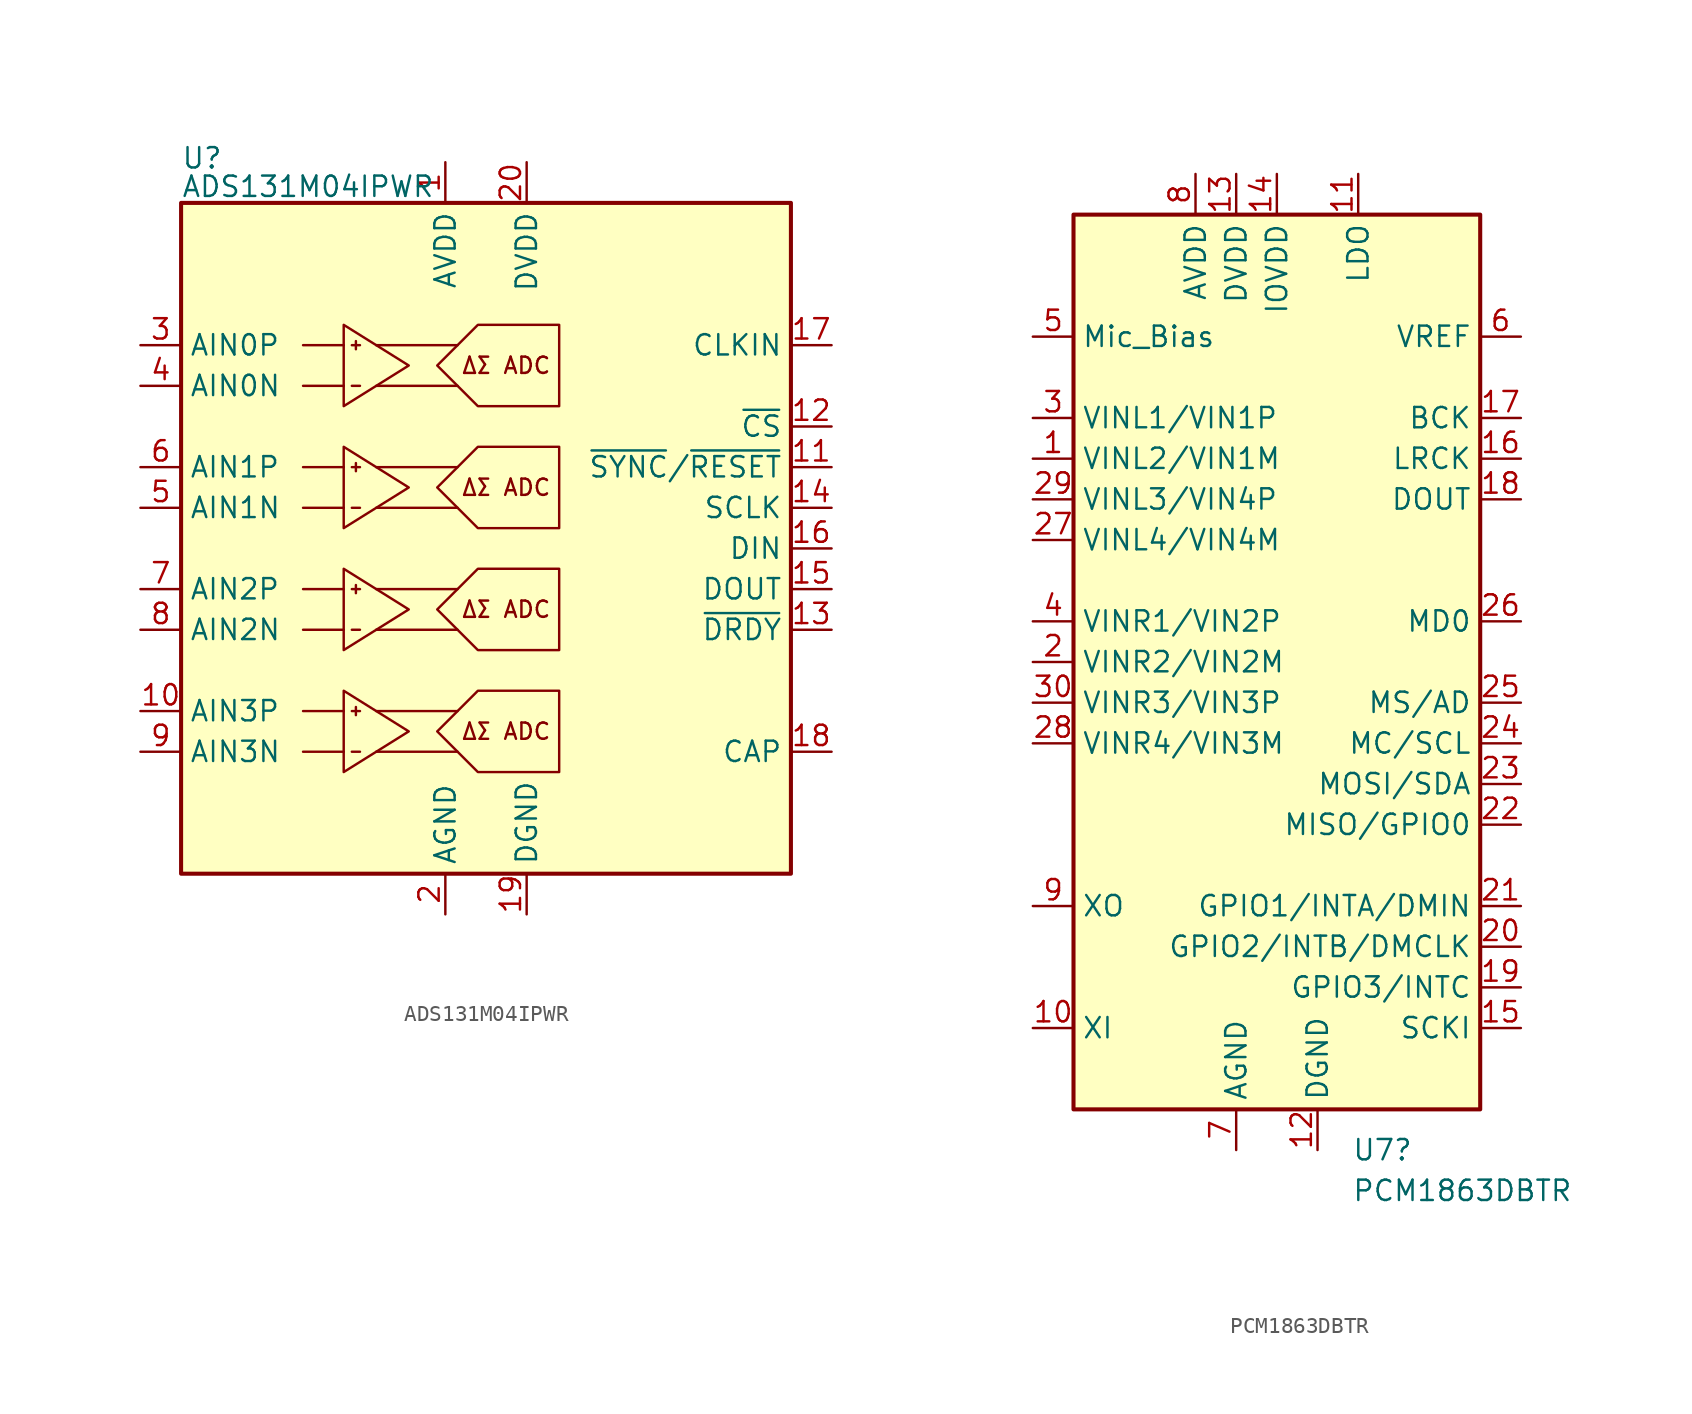
<source format=kicad_sym>
(kicad_symbol_lib
  (version 20241209)
  (generator "kicad_symbol_editor")
  (generator_version "9.0")
  (symbol "ADS131M04IPWR"
    (property "Reference" "U"
      (at -12.7 24.384 0)
      (effects (font (size 1.27 1.27)) (justify left)))
    (property "Value" "ADS131M04IPWR"
      (at -12.7 22.606 0)
      (effects (font (size 1.27 1.27)) (justify left)))
    (symbol "ADS131M04IPWR_0_1"
      (polyline (pts (xy -2.54 13.97) (xy -2.54 8.89) (xy 1.524 11.43) (xy -2.54 13.97)) (stroke (width 0) (type default)) (fill (type none)))
      (polyline (pts (xy -2.54 12.7) (xy -5.08 12.7)) (stroke (width 0) (type default)) (fill (type none)))
      (polyline (pts (xy -2.54 10.16) (xy -5.08 10.16)) (stroke (width 0) (type default)) (fill (type none)))
      (polyline (pts (xy -2.54 6.35) (xy -2.54 1.27) (xy 1.524 3.81) (xy -2.54 6.35)) (stroke (width 0) (type default)) (fill (type none)))
      (polyline (pts (xy -2.54 5.08) (xy -5.08 5.08)) (stroke (width 0) (type default)) (fill (type none)))
      (polyline (pts (xy -2.54 2.54) (xy -5.08 2.54)) (stroke (width 0) (type default)) (fill (type none)))
      (polyline (pts (xy -2.54 -1.27) (xy -2.54 -6.35) (xy 1.524 -3.81) (xy -2.54 -1.27)) (stroke (width 0) (type default)) (fill (type none)))
      (polyline (pts (xy -2.54 -2.54) (xy -5.08 -2.54)) (stroke (width 0) (type default)) (fill (type none)))
      (polyline (pts (xy -2.54 -5.08) (xy -5.08 -5.08)) (stroke (width 0) (type default)) (fill (type none)))
      (polyline (pts (xy -2.54 -8.89) (xy -2.54 -13.97) (xy 1.524 -11.43) (xy -2.54 -8.89)) (stroke (width 0) (type default)) (fill (type none)))
      (polyline (pts (xy -2.54 -10.16) (xy -5.08 -10.16)) (stroke (width 0) (type default)) (fill (type none)))
      (polyline (pts (xy -2.54 -12.7) (xy -5.08 -12.7)) (stroke (width 0) (type default)) (fill (type none)))
      (polyline (pts (xy -2.032 12.7) (xy -1.524 12.7)) (stroke (width 0) (type default)) (fill (type none)))
      (polyline (pts (xy -2.032 10.16) (xy -1.524 10.16)) (stroke (width 0) (type default)) (fill (type none)))
      (polyline (pts (xy -2.032 5.08) (xy -1.524 5.08)) (stroke (width 0) (type default)) (fill (type none)))
      (polyline (pts (xy -2.032 2.54) (xy -1.524 2.54)) (stroke (width 0) (type default)) (fill (type none)))
      (polyline (pts (xy -2.032 -2.54) (xy -1.524 -2.54)) (stroke (width 0) (type default)) (fill (type none)))
      (polyline (pts (xy -2.032 -5.08) (xy -1.524 -5.08)) (stroke (width 0) (type default)) (fill (type none)))
      (polyline (pts (xy -2.032 -10.16) (xy -1.524 -10.16)) (stroke (width 0) (type default)) (fill (type none)))
      (polyline (pts (xy -2.032 -12.7) (xy -1.524 -12.7)) (stroke (width 0) (type default)) (fill (type none)))
      (polyline (pts (xy -1.778 12.954) (xy -1.778 12.446)) (stroke (width 0) (type default)) (fill (type none)))
      (polyline (pts (xy -1.778 5.334) (xy -1.778 4.826)) (stroke (width 0) (type default)) (fill (type none)))
      (polyline (pts (xy -1.778 -2.286) (xy -1.778 -2.794)) (stroke (width 0) (type default)) (fill (type none)))
      (polyline (pts (xy -1.778 -9.906) (xy -1.778 -10.414)) (stroke (width 0) (type default)) (fill (type none)))
      (polyline (pts (xy -0.508 12.7) (xy 4.572 12.7)) (stroke (width 0) (type default)) (fill (type none)))
      (polyline (pts (xy -0.508 10.16) (xy 4.572 10.16)) (stroke (width 0) (type default)) (fill (type none)))
      (polyline (pts (xy -0.508 5.08) (xy 4.572 5.08)) (stroke (width 0) (type default)) (fill (type none)))
      (polyline (pts (xy -0.508 2.54) (xy 4.572 2.54)) (stroke (width 0) (type default)) (fill (type none)))
      (polyline (pts (xy -0.508 -2.54) (xy 4.572 -2.54)) (stroke (width 0) (type default)) (fill (type none)))
      (polyline (pts (xy -0.508 -5.08) (xy 4.572 -5.08)) (stroke (width 0) (type default)) (fill (type none)))
      (polyline (pts (xy -0.508 -10.16) (xy 4.572 -10.16)) (stroke (width 0) (type default)) (fill (type none)))
      (polyline (pts (xy -0.508 -12.7) (xy 4.572 -12.7)) (stroke (width 0) (type default)) (fill (type none)))
      (polyline (pts (xy 3.302 11.43) (xy 5.842 13.97) (xy 10.922 13.97) (xy 10.922 8.89) (xy 5.842 8.89) (xy 3.302 11.43)) (stroke (width 0) (type default)) (fill (type none)))
      (polyline (pts (xy 3.302 3.81) (xy 5.842 6.35) (xy 10.922 6.35) (xy 10.922 1.27) (xy 5.842 1.27) (xy 3.302 3.81)) (stroke (width 0) (type default)) (fill (type none)))
      (polyline (pts (xy 3.302 -3.81) (xy 5.842 -1.27) (xy 10.922 -1.27) (xy 10.922 -6.35) (xy 5.842 -6.35) (xy 3.302 -3.81)) (stroke (width 0) (type default)) (fill (type none)))
      (polyline (pts (xy 3.302 -11.43) (xy 5.842 -8.89) (xy 10.922 -8.89) (xy 10.922 -13.97) (xy 5.842 -13.97) (xy 3.302 -11.43)) (stroke (width 0) (type default)) (fill (type none))))
    (symbol "ADS131M04IPWR_1_0"
      (pin input line (at -15.24 2.54 0) (length 2.54) (name "AIN1N" (effects (font (size 1.27 1.27)))) (number "5" (effects (font (size 1.27 1.27)))))
      (pin power_in line (at 8.89 24.13 270) (length 2.54) (name "DVDD" (effects (font (size 1.27 1.27)))) (number "20" (effects (font (size 1.27 1.27)))))
      (pin power_in line (at 8.89 -22.86 90) (length 2.54) (name "DGND" (effects (font (size 1.27 1.27)))) (number "19" (effects (font (size 1.27 1.27)))))
      (pin input line (at 27.94 12.7 180) (length 2.54) (name "CLKIN" (effects (font (size 1.27 1.27)))) (number "17" (effects (font (size 1.27 1.27)))))
      (pin input line (at 27.94 0 180) (length 2.54) (name "DIN" (effects (font (size 1.27 1.27)))) (number "16" (effects (font (size 1.27 1.27)))))
      (pin output line (at 27.94 -2.54 180) (length 2.54) (name "DOUT" (effects (font (size 1.27 1.27)))) (number "15" (effects (font (size 1.27 1.27)))))
      (pin passive line (at 27.94 -12.7 180) (length 2.54) (name "CAP" (effects (font (size 1.27 1.27)))) (number "18" (effects (font (size 1.27 1.27))))))
    (symbol "ADS131M04IPWR_1_1"
      (rectangle (start -12.7 21.59) (end 25.4 -20.32) (stroke (width 0.254) (type default)) (fill (type background)))
      (text "ΔΣ ADC" (at 7.62 11.43 0) (effects (font (size 1.016 1.016))))
      (text "ΔΣ ADC" (at 7.62 3.81 0) (effects (font (size 1.016 1.016))))
      (text "ΔΣ ADC" (at 7.62 -3.81 0) (effects (font (size 1.016 1.016))))
      (text "ΔΣ ADC" (at 7.62 -11.43 0) (effects (font (size 1.016 1.016))))
      (pin input line (at -15.24 12.7 0) (length 2.54) (name "AIN0P" (effects (font (size 1.27 1.27)))) (number "3" (effects (font (size 1.27 1.27)))))
      (pin input line (at -15.24 10.16 0) (length 2.54) (name "AIN0N" (effects (font (size 1.27 1.27)))) (number "4" (effects (font (size 1.27 1.27)))))
      (pin input line (at -15.24 5.08 0) (length 2.54) (name "AIN1P" (effects (font (size 1.27 1.27)))) (number "6" (effects (font (size 1.27 1.27)))))
      (pin input line (at -15.24 -2.54 0) (length 2.54) (name "AIN2P" (effects (font (size 1.27 1.27)))) (number "7" (effects (font (size 1.27 1.27)))))
      (pin input line (at -15.24 -5.08 0) (length 2.54) (name "AIN2N" (effects (font (size 1.27 1.27)))) (number "8" (effects (font (size 1.27 1.27)))))
      (pin input line (at -15.24 -10.16 0) (length 2.54) (name "AIN3P" (effects (font (size 1.27 1.27)))) (number "10" (effects (font (size 1.27 1.27)))))
      (pin input line (at -15.24 -12.7 0) (length 2.54) (name "AIN3N" (effects (font (size 1.27 1.27)))) (number "9" (effects (font (size 1.27 1.27)))))
      (pin power_in line (at 3.81 24.13 270) (length 2.54) (name "AVDD" (effects (font (size 1.27 1.27)))) (number "1" (effects (font (size 1.27 1.27)))))
      (pin power_in line (at 3.81 -22.86 90) (length 2.54) (name "AGND" (effects (font (size 1.27 1.27)))) (number "2" (effects (font (size 1.27 1.27)))))
      (pin input line (at 27.94 7.62 180) (length 2.54) (name "~{CS}" (effects (font (size 1.27 1.27)))) (number "12" (effects (font (size 1.27 1.27)))))
      (pin input line (at 27.94 5.08 180) (length 2.54) (name "~{SYNC}/~{RESET}" (effects (font (size 1.27 1.27)))) (number "11" (effects (font (size 1.27 1.27)))))
      (pin input line (at 27.94 2.54 180) (length 2.54) (name "SCLK" (effects (font (size 1.27 1.27)))) (number "14" (effects (font (size 1.27 1.27)))))
      (pin open_collector line (at 27.94 -5.08 180) (length 2.54) (name "~{DRDY}" (effects (font (size 1.27 1.27)))) (number "13" (effects (font (size 1.27 1.27)))))))
  (symbol "PCM1863DBTR"
    (property "Reference" "U7"
      (at 4.683 -30.48 0)
      (effects (font (size 1.27 1.27)) (justify left)))
    (property "Value" "PCM1863DBTR"
      (at 4.683 -33.02 0)
      (effects (font (size 1.27 1.27)) (justify left)))
    (symbol "PCM1863DBTR_0_0"
      (pin input line (at -15.24 10.16 0) (length 2.54) (name "VINL3/VIN4P" (effects (font (size 1.27 1.27)))) (number "29" (effects (font (size 1.27 1.27)))))
      (pin input line (at -15.24 7.62 0) (length 2.54) (name "VINL4/VIN4M" (effects (font (size 1.27 1.27)))) (number "27" (effects (font (size 1.27 1.27)))))
      (pin input line (at -15.24 -2.54 0) (length 2.54) (name "VINR3/VIN3P" (effects (font (size 1.27 1.27)))) (number "30" (effects (font (size 1.27 1.27)))))
      (pin input line (at -15.24 -5.08 0) (length 2.54) (name "VINR4/VIN3M" (effects (font (size 1.27 1.27)))) (number "28" (effects (font (size 1.27 1.27)))))
      (pin input line (at 15.24 2.54 180) (length 2.54) (name "MD0" (effects (font (size 1.27 1.27)))) (number "26" (effects (font (size 1.27 1.27)))))
      (pin input line (at 15.24 -2.54 180) (length 2.54) (name "MS/AD" (effects (font (size 1.27 1.27)))) (number "25" (effects (font (size 1.27 1.27))))))
    (symbol "PCM1863DBTR_0_1"
      (rectangle (start -12.7 27.94) (end 12.7 -27.94) (stroke (width 0.254) (type default)) (fill (type background))))
    (symbol "PCM1863DBTR_1_1"
      (pin power_out line (at -15.24 20.32 0) (length 2.54) (name "Mic_Bias" (effects (font (size 1.27 1.27)))) (number "5" (effects (font (size 1.27 1.27)))))
      (pin input line (at -15.24 15.24 0) (length 2.54) (name "VINL1/VIN1P" (effects (font (size 1.27 1.27)))) (number "3" (effects (font (size 1.27 1.27)))))
      (pin input line (at -15.24 12.7 0) (length 2.54) (name "VINL2/VIN1M" (effects (font (size 1.27 1.27)))) (number "1" (effects (font (size 1.27 1.27)))))
      (pin input line (at -15.24 2.54 0) (length 2.54) (name "VINR1/VIN2P" (effects (font (size 1.27 1.27)))) (number "4" (effects (font (size 1.27 1.27)))))
      (pin input line (at -15.24 0 0) (length 2.54) (name "VINR2/VIN2M" (effects (font (size 1.27 1.27)))) (number "2" (effects (font (size 1.27 1.27)))))
      (pin output line (at -15.24 -15.24 0) (length 2.54) (name "XO" (effects (font (size 1.27 1.27)))) (number "9" (effects (font (size 1.27 1.27)))))
      (pin input line (at -15.24 -22.86 0) (length 2.54) (name "XI" (effects (font (size 1.27 1.27)))) (number "10" (effects (font (size 1.27 1.27)))))
      (pin power_in line (at -5.08 30.48 270) (length 2.54) (name "AVDD" (effects (font (size 1.27 1.27)))) (number "8" (effects (font (size 1.27 1.27)))))
      (pin power_in line (at -2.54 30.48 270) (length 2.54) (name "DVDD" (effects (font (size 1.27 1.27)))) (number "13" (effects (font (size 1.27 1.27)))))
      (pin power_in line (at -2.54 -30.48 90) (length 2.54) (name "AGND" (effects (font (size 1.27 1.27)))) (number "7" (effects (font (size 1.27 1.27)))))
      (pin power_in line (at 0 30.48 270) (length 2.54) (name "IOVDD" (effects (font (size 1.27 1.27)))) (number "14" (effects (font (size 1.27 1.27)))))
      (pin power_in line (at 2.54 -30.48 90) (length 2.54) (name "DGND" (effects (font (size 1.27 1.27)))) (number "12" (effects (font (size 1.27 1.27)))))
      (pin power_in line (at 5.08 30.48 270) (length 2.54) (name "LDO" (effects (font (size 1.27 1.27)))) (number "11" (effects (font (size 1.27 1.27)))))
      (pin power_out line (at 15.24 20.32 180) (length 2.54) (name "VREF" (effects (font (size 1.27 1.27)))) (number "6" (effects (font (size 1.27 1.27)))))
      (pin bidirectional line (at 15.24 15.24 180) (length 2.54) (name "BCK" (effects (font (size 1.27 1.27)))) (number "17" (effects (font (size 1.27 1.27)))))
      (pin bidirectional line (at 15.24 12.7 180) (length 2.54) (name "LRCK" (effects (font (size 1.27 1.27)))) (number "16" (effects (font (size 1.27 1.27)))))
      (pin output line (at 15.24 10.16 180) (length 2.54) (name "DOUT" (effects (font (size 1.27 1.27)))) (number "18" (effects (font (size 1.27 1.27)))))
      (pin input line (at 15.24 -5.08 180) (length 2.54) (name "MC/SCL" (effects (font (size 1.27 1.27)))) (number "24" (effects (font (size 1.27 1.27)))))
      (pin bidirectional line (at 15.24 -7.62 180) (length 2.54) (name "MOSI/SDA" (effects (font (size 1.27 1.27)))) (number "23" (effects (font (size 1.27 1.27)))))
      (pin bidirectional line (at 15.24 -10.16 180) (length 2.54) (name "MISO/GPIO0" (effects (font (size 1.27 1.27)))) (number "22" (effects (font (size 1.27 1.27)))))
      (pin bidirectional line (at 15.24 -15.24 180) (length 2.54) (name "GPIO1/INTA/DMIN" (effects (font (size 1.27 1.27)))) (number "21" (effects (font (size 1.27 1.27)))))
      (pin bidirectional line (at 15.24 -17.78 180) (length 2.54) (name "GPIO2/INTB/DMCLK" (effects (font (size 1.27 1.27)))) (number "20" (effects (font (size 1.27 1.27)))))
      (pin bidirectional line (at 15.24 -20.32 180) (length 2.54) (name "GPIO3/INTC" (effects (font (size 1.27 1.27)))) (number "19" (effects (font (size 1.27 1.27)))))
      (pin input line (at 15.24 -22.86 180) (length 2.54) (name "SCKI" (effects (font (size 1.27 1.27)))) (number "15" (effects (font (size 1.27 1.27))))))))
</source>
